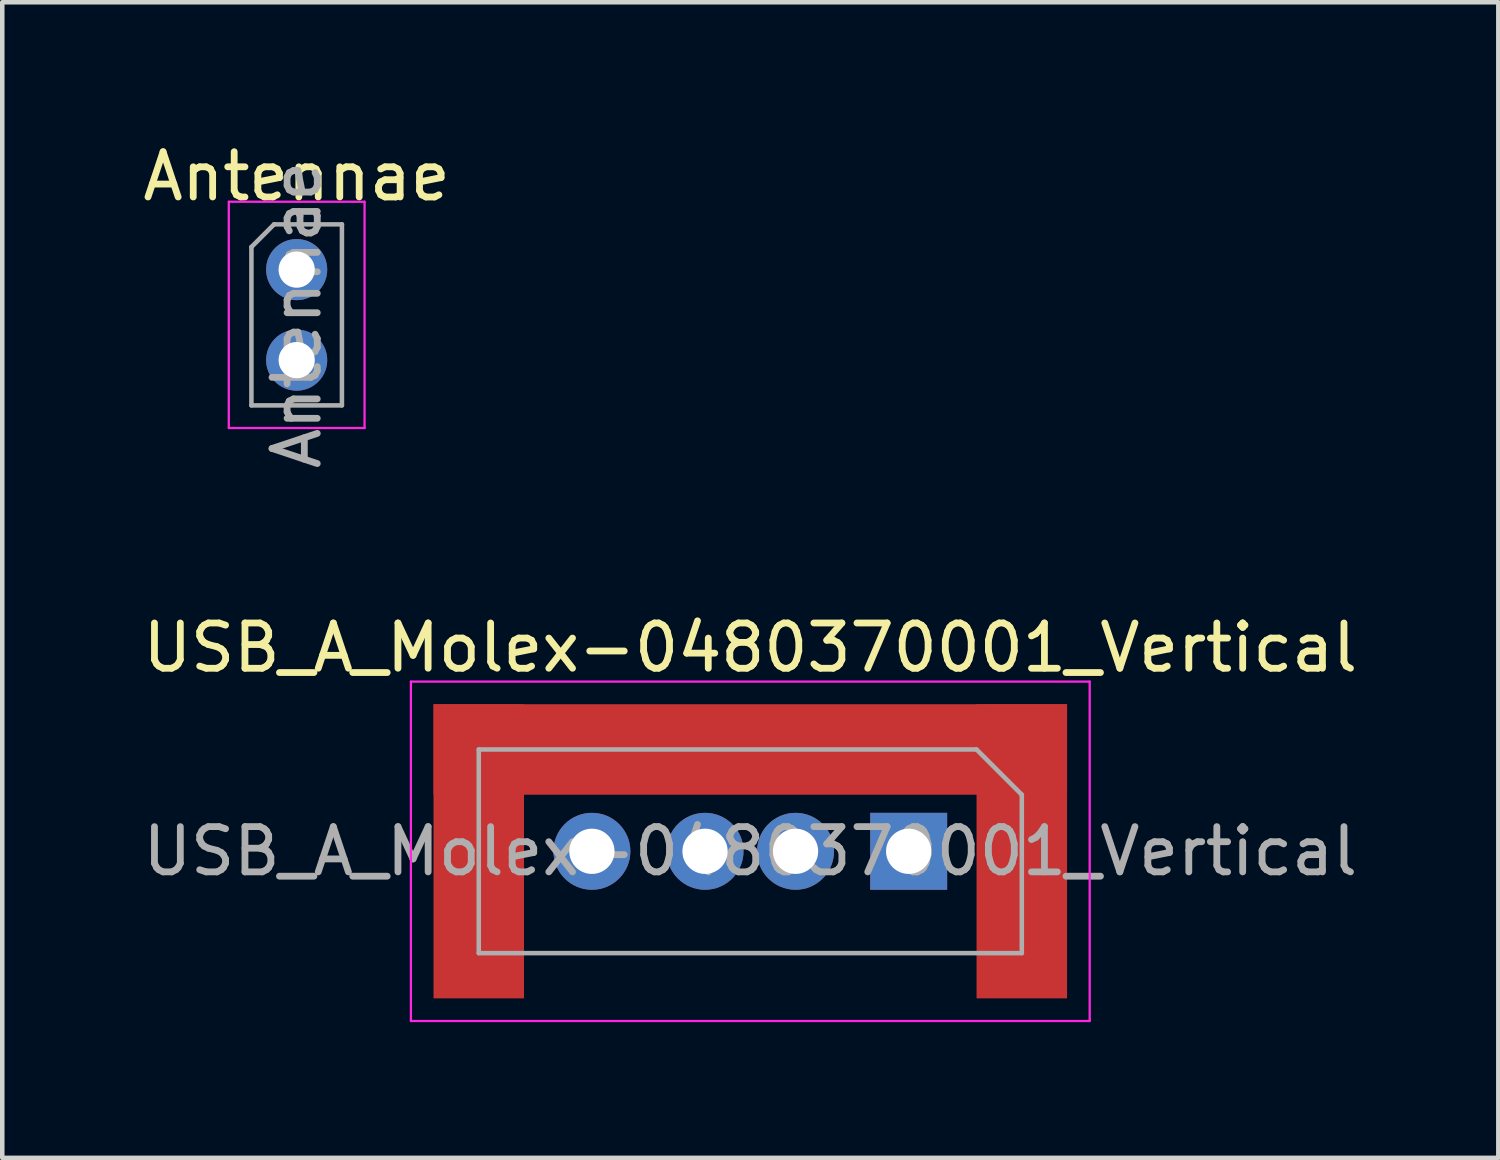
<source format=kicad_pcb>
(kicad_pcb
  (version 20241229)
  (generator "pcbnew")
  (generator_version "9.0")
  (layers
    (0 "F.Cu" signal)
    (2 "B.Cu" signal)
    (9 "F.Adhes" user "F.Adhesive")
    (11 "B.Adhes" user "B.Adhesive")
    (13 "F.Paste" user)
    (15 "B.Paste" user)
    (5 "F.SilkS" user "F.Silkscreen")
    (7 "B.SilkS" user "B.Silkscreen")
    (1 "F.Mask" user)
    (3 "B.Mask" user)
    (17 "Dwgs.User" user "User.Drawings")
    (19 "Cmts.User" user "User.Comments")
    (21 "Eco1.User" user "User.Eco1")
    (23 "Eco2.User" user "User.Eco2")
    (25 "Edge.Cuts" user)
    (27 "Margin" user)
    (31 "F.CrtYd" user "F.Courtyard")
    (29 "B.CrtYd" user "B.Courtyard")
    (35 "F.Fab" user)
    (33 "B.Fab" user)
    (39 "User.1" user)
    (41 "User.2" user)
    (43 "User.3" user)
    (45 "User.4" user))
  (footprint "USB_A_Molex-0480370001_Vertical"
    (layer "F.Cu")
    (at 13.53 15.762)
    (property "Reference" "USB_A_Molex-0480370001_Vertical" (at 0 -4.5 0) (layer "F.SilkS") (effects (font (size 1 1) (thickness 0.15))))
    (attr through_hole)
    (fp_line (start -7.5 -3.75) (end -7.5 3.75) (stroke (width 0.05) (type solid)) (layer "F.CrtYd"))
    (fp_line (start -7.5 3.75) (end 7.5 3.75) (stroke (width 0.05) (type solid)) (layer "F.CrtYd"))
    (fp_line (start 7.5 -3.75) (end -7.5 -3.75) (stroke (width 0.05) (type solid)) (layer "F.CrtYd"))
    (fp_line (start 7.5 3.75) (end 7.5 -3.75) (stroke (width 0.05) (type solid)) (layer "F.CrtYd"))
    (fp_line (start -6 -2.25) (end 5 -2.25) (stroke (width 0.1) (type solid)) (layer "F.Fab"))
    (fp_line (start -6 2.25) (end -6 -2.25) (stroke (width 0.1) (type solid)) (layer "F.Fab"))
    (fp_line (start 5 -2.25) (end 6 -1.25) (stroke (width 0.1) (type solid)) (layer "F.Fab"))
    (fp_line (start 6 -1.25) (end 6 2.25) (stroke (width 0.1) (type solid)) (layer "F.Fab"))
    (fp_line (start 6 2.25) (end -6 2.25) (stroke (width 0.1) (type solid)) (layer "F.Fab"))
    (fp_text user "${REFERENCE}" (at 0 0 0) (layer "F.Fab") (effects (font (size 1 1) (thickness 0.15))))
    (pad "1" thru_hole rect (at 3.5 0) (size 1.7 1.7) (drill 1) (layers "*.Cu" "*.Mask"))
    (pad "2" thru_hole circle (at 1 0) (size 1.7 1.7) (drill 1) (layers "*.Cu" "*.Mask"))
    (pad "3" thru_hole circle (at -1 0) (size 1.7 1.7) (drill 1) (layers "*.Cu" "*.Mask"))
    (pad "4" thru_hole circle (at -3.5 0) (size 1.7 1.7) (drill 1) (layers "*.Cu" "*.Mask"))
    (pad "5" smd rect (at -6 0) (size 2 6.5) (layers "F.Cu" "F.Mask" "F.Paste"))
    (pad "5" smd rect (at 0 -2.25) (size 14 2) (layers "F.Cu" "F.Mask" "F.Paste"))
    (pad "5" smd rect (at 6 0) (size 2 6.5) (layers "F.Cu" "F.Mask" "F.Paste")))
  (footprint "Antennae"
    (layer "F.Cu")
    (at 3.506 2.908)
    (property "Reference" "Antennae" (at 0 -2.06 0) (layer "F.SilkS") (effects (font (size 1 1) (thickness 0.15))))
    (attr through_hole)
    (fp_line (start -1.5 -1.5) (end -1.5 3.5) (stroke (width 0.05) (type solid)) (layer "F.CrtYd"))
    (fp_line (start -1.5 3.5) (end 1.5 3.5) (stroke (width 0.05) (type solid)) (layer "F.CrtYd"))
    (fp_line (start 1.5 -1.5) (end -1.5 -1.5) (stroke (width 0.05) (type solid)) (layer "F.CrtYd"))
    (fp_line (start 1.5 3.5) (end 1.5 -1.5) (stroke (width 0.05) (type solid)) (layer "F.CrtYd"))
    (fp_line (start -1 -0.5) (end -0.5 -1) (stroke (width 0.1) (type solid)) (layer "F.Fab"))
    (fp_line (start -1 3) (end -1 -0.5) (stroke (width 0.1) (type solid)) (layer "F.Fab"))
    (fp_line (start -0.5 -1) (end 1 -1) (stroke (width 0.1) (type solid)) (layer "F.Fab"))
    (fp_line (start 1 -1) (end 1 3) (stroke (width 0.1) (type solid)) (layer "F.Fab"))
    (fp_line (start 1 3) (end -1 3) (stroke (width 0.1) (type solid)) (layer "F.Fab"))
    (fp_text user "${REFERENCE}" (at 0 1 90) (layer "F.Fab") (effects (font (size 1 1) (thickness 0.15))))
    (pad "1" thru_hole circle (at 0 0) (size 1.35 1.35) (drill 0.8) (layers "*.Cu" "*.Mask"))
    (pad "2" thru_hole oval (at 0 2) (size 1.35 1.35) (drill 0.8) (layers "*.Cu" "*.Mask")))
  (gr_rect
    (start -3 -3)
    (end 30.06 22.537)
    (stroke (width 0.1) (type default))
    (fill no)
    (layer "Edge.Cuts")))
</source>
